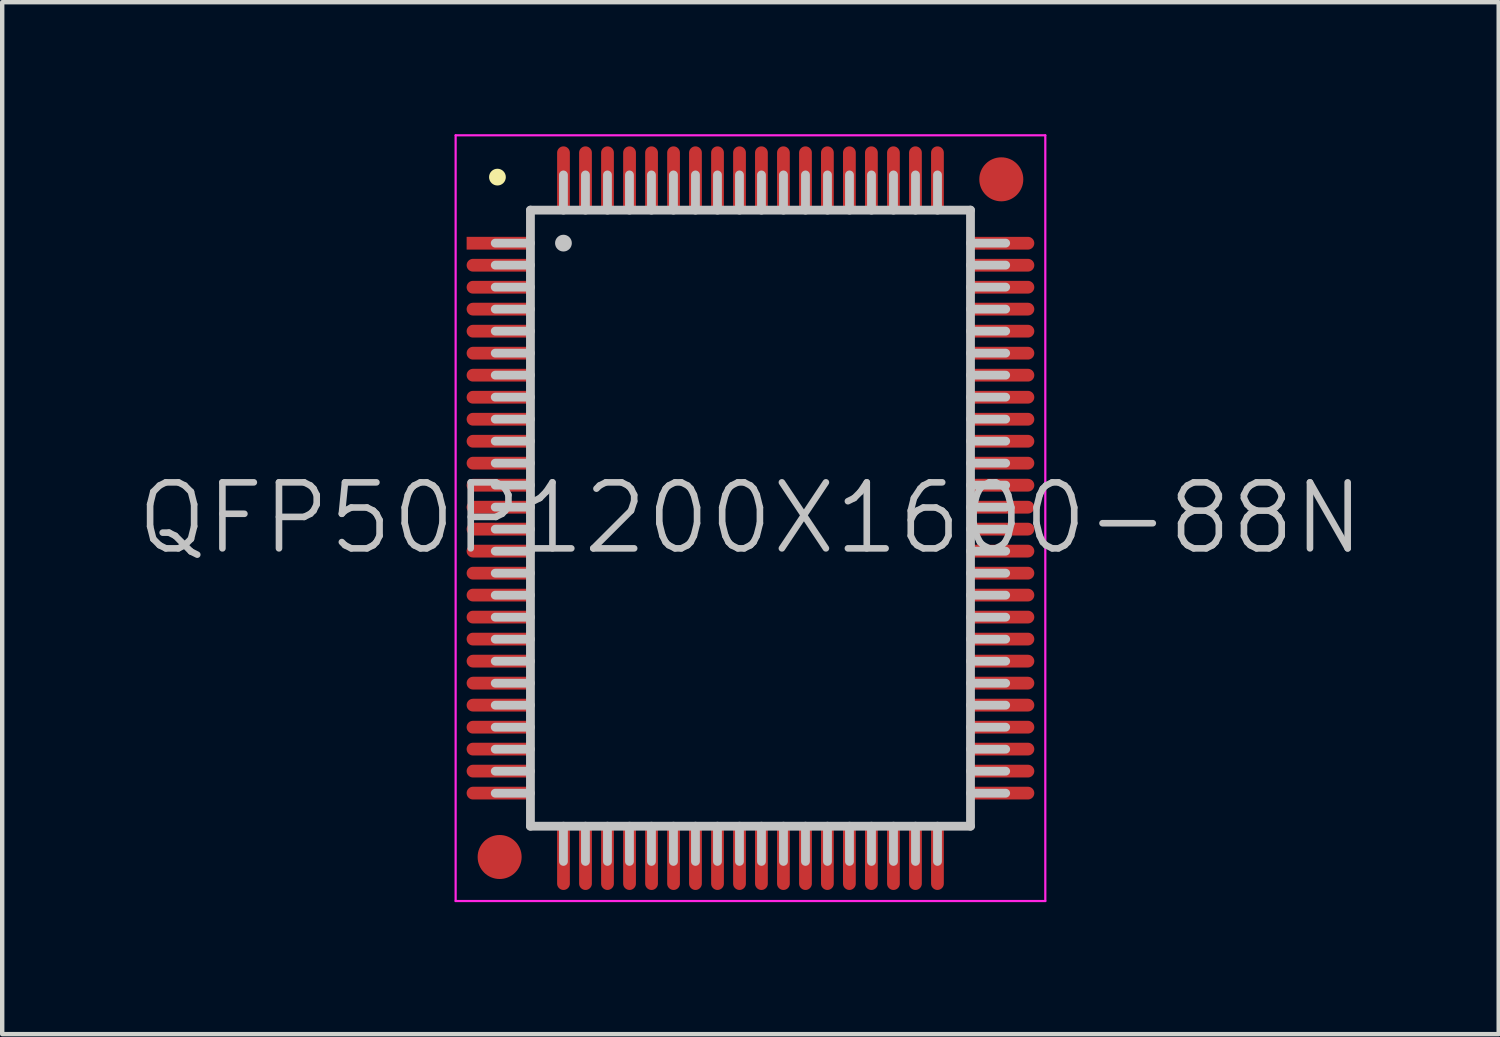
<source format=kicad_pcb>
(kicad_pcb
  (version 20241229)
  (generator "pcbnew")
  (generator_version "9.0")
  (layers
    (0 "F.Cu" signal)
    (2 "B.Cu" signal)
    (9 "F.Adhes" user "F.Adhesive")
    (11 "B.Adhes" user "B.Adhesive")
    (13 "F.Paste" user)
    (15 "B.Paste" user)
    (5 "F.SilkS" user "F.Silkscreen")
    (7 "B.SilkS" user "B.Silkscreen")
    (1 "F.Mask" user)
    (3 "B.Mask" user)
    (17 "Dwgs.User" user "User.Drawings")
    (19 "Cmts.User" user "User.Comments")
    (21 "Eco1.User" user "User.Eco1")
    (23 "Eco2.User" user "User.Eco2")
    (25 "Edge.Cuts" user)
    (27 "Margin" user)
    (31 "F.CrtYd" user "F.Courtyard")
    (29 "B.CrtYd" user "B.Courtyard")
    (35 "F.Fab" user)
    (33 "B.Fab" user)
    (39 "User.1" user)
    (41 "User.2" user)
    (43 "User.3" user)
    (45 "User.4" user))
  (footprint "QFP50P1200X1600-88N"
    (layer "F.Cu")
    (at 14.004 8.725)
    (property "Reference" "QFP50P1200X1600-88N" (at 0 0 0) (layer "Dwgs.User") (effects (font (size 1.5 1.5) (thickness 0.15))))
    (attr smd)
    (fp_line (start -5.75 -7.75) (end -5.75 -7.75) (stroke (width 0.381) (type solid)) (layer "F.SilkS"))
    (fp_line (start -5 -7) (end -5 7) (stroke (width 0.2) (type solid)) (layer "Dwgs.User"))
    (fp_line (start -5 -7) (end 5 -7) (stroke (width 0.2) (type solid)) (layer "Dwgs.User"))
    (fp_line (start -5 -6.25) (end -5.8 -6.25) (stroke (width 0.2) (type solid)) (layer "Dwgs.User"))
    (fp_line (start -5 -5.75) (end -5.8 -5.75) (stroke (width 0.2) (type solid)) (layer "Dwgs.User"))
    (fp_line (start -5 -5.25) (end -5.8 -5.25) (stroke (width 0.2) (type solid)) (layer "Dwgs.User"))
    (fp_line (start -5 -4.75) (end -5.8 -4.75) (stroke (width 0.2) (type solid)) (layer "Dwgs.User"))
    (fp_line (start -5 -4.25) (end -5.8 -4.25) (stroke (width 0.2) (type solid)) (layer "Dwgs.User"))
    (fp_line (start -5 -3.75) (end -5.8 -3.75) (stroke (width 0.2) (type solid)) (layer "Dwgs.User"))
    (fp_line (start -5 -3.25) (end -5.8 -3.25) (stroke (width 0.2) (type solid)) (layer "Dwgs.User"))
    (fp_line (start -5 -2.75) (end -5.8 -2.75) (stroke (width 0.2) (type solid)) (layer "Dwgs.User"))
    (fp_line (start -5 -2.25) (end -5.8 -2.25) (stroke (width 0.2) (type solid)) (layer "Dwgs.User"))
    (fp_line (start -5 -1.75) (end -5.8 -1.75) (stroke (width 0.2) (type solid)) (layer "Dwgs.User"))
    (fp_line (start -5 -1.25) (end -5.8 -1.25) (stroke (width 0.2) (type solid)) (layer "Dwgs.User"))
    (fp_line (start -5 -0.75) (end -5.8 -0.75) (stroke (width 0.2) (type solid)) (layer "Dwgs.User"))
    (fp_line (start -5 -0.25) (end -5.8 -0.25) (stroke (width 0.2) (type solid)) (layer "Dwgs.User"))
    (fp_line (start -5 0.25) (end -5.8 0.25) (stroke (width 0.2) (type solid)) (layer "Dwgs.User"))
    (fp_line (start -5 0.75) (end -5.8 0.75) (stroke (width 0.2) (type solid)) (layer "Dwgs.User"))
    (fp_line (start -5 1.25) (end -5.8 1.25) (stroke (width 0.2) (type solid)) (layer "Dwgs.User"))
    (fp_line (start -5 1.75) (end -5.8 1.75) (stroke (width 0.2) (type solid)) (layer "Dwgs.User"))
    (fp_line (start -5 2.25) (end -5.8 2.25) (stroke (width 0.2) (type solid)) (layer "Dwgs.User"))
    (fp_line (start -5 2.75) (end -5.8 2.75) (stroke (width 0.2) (type solid)) (layer "Dwgs.User"))
    (fp_line (start -5 3.25) (end -5.8 3.25) (stroke (width 0.2) (type solid)) (layer "Dwgs.User"))
    (fp_line (start -5 3.75) (end -5.8 3.75) (stroke (width 0.2) (type solid)) (layer "Dwgs.User"))
    (fp_line (start -5 4.25) (end -5.8 4.25) (stroke (width 0.2) (type solid)) (layer "Dwgs.User"))
    (fp_line (start -5 4.75) (end -5.8 4.75) (stroke (width 0.2) (type solid)) (layer "Dwgs.User"))
    (fp_line (start -5 5.25) (end -5.8 5.25) (stroke (width 0.2) (type solid)) (layer "Dwgs.User"))
    (fp_line (start -5 5.75) (end -5.8 5.75) (stroke (width 0.2) (type solid)) (layer "Dwgs.User"))
    (fp_line (start -5 6.25) (end -5.8 6.25) (stroke (width 0.2) (type solid)) (layer "Dwgs.User"))
    (fp_line (start -5 7) (end 5 7) (stroke (width 0.2) (type solid)) (layer "Dwgs.User"))
    (fp_line (start -4.25 -7) (end -4.25 -7.8) (stroke (width 0.2) (type solid)) (layer "Dwgs.User"))
    (fp_line (start -4.25 -6.25) (end -4.25 -6.25) (stroke (width 0.381) (type solid)) (layer "Dwgs.User"))
    (fp_line (start -4.25 7.8) (end -4.25 7) (stroke (width 0.2) (type solid)) (layer "Dwgs.User"))
    (fp_line (start -3.75 -7) (end -3.75 -7.8) (stroke (width 0.2) (type solid)) (layer "Dwgs.User"))
    (fp_line (start -3.75 7.8) (end -3.75 7) (stroke (width 0.2) (type solid)) (layer "Dwgs.User"))
    (fp_line (start -3.25 -7) (end -3.25 -7.8) (stroke (width 0.2) (type solid)) (layer "Dwgs.User"))
    (fp_line (start -3.25 7.8) (end -3.25 7) (stroke (width 0.2) (type solid)) (layer "Dwgs.User"))
    (fp_line (start -2.75 -7) (end -2.75 -7.8) (stroke (width 0.2) (type solid)) (layer "Dwgs.User"))
    (fp_line (start -2.75 7.8) (end -2.75 7) (stroke (width 0.2) (type solid)) (layer "Dwgs.User"))
    (fp_line (start -2.25 -7) (end -2.25 -7.8) (stroke (width 0.2) (type solid)) (layer "Dwgs.User"))
    (fp_line (start -2.25 7.8) (end -2.25 7) (stroke (width 0.2) (type solid)) (layer "Dwgs.User"))
    (fp_line (start -1.75 -7) (end -1.75 -7.8) (stroke (width 0.2) (type solid)) (layer "Dwgs.User"))
    (fp_line (start -1.75 7.8) (end -1.75 7) (stroke (width 0.2) (type solid)) (layer "Dwgs.User"))
    (fp_line (start -1.25 -7) (end -1.25 -7.8) (stroke (width 0.2) (type solid)) (layer "Dwgs.User"))
    (fp_line (start -1.25 7.8) (end -1.25 7) (stroke (width 0.2) (type solid)) (layer "Dwgs.User"))
    (fp_line (start -0.75 -7) (end -0.75 -7.8) (stroke (width 0.2) (type solid)) (layer "Dwgs.User"))
    (fp_line (start -0.75 7.8) (end -0.75 7) (stroke (width 0.2) (type solid)) (layer "Dwgs.User"))
    (fp_line (start -0.25 -7) (end -0.25 -7.8) (stroke (width 0.2) (type solid)) (layer "Dwgs.User"))
    (fp_line (start -0.25 7.8) (end -0.25 7) (stroke (width 0.2) (type solid)) (layer "Dwgs.User"))
    (fp_line (start 0.25 -7) (end 0.25 -7.8) (stroke (width 0.2) (type solid)) (layer "Dwgs.User"))
    (fp_line (start 0.25 7.8) (end 0.25 7) (stroke (width 0.2) (type solid)) (layer "Dwgs.User"))
    (fp_line (start 0.75 -7) (end 0.75 -7.8) (stroke (width 0.2) (type solid)) (layer "Dwgs.User"))
    (fp_line (start 0.75 7.8) (end 0.75 7) (stroke (width 0.2) (type solid)) (layer "Dwgs.User"))
    (fp_line (start 1.25 -7) (end 1.25 -7.8) (stroke (width 0.2) (type solid)) (layer "Dwgs.User"))
    (fp_line (start 1.25 7.8) (end 1.25 7) (stroke (width 0.2) (type solid)) (layer "Dwgs.User"))
    (fp_line (start 1.75 -7) (end 1.75 -7.8) (stroke (width 0.2) (type solid)) (layer "Dwgs.User"))
    (fp_line (start 1.75 7.8) (end 1.75 7) (stroke (width 0.2) (type solid)) (layer "Dwgs.User"))
    (fp_line (start 2.25 -7) (end 2.25 -7.8) (stroke (width 0.2) (type solid)) (layer "Dwgs.User"))
    (fp_line (start 2.25 7.8) (end 2.25 7) (stroke (width 0.2) (type solid)) (layer "Dwgs.User"))
    (fp_line (start 2.75 -7) (end 2.75 -7.8) (stroke (width 0.2) (type solid)) (layer "Dwgs.User"))
    (fp_line (start 2.75 7.8) (end 2.75 7) (stroke (width 0.2) (type solid)) (layer "Dwgs.User"))
    (fp_line (start 3.25 -7) (end 3.25 -7.8) (stroke (width 0.2) (type solid)) (layer "Dwgs.User"))
    (fp_line (start 3.25 7.8) (end 3.25 7) (stroke (width 0.2) (type solid)) (layer "Dwgs.User"))
    (fp_line (start 3.75 -7) (end 3.75 -7.8) (stroke (width 0.2) (type solid)) (layer "Dwgs.User"))
    (fp_line (start 3.75 7.8) (end 3.75 7) (stroke (width 0.2) (type solid)) (layer "Dwgs.User"))
    (fp_line (start 4.25 -7) (end 4.25 -7.8) (stroke (width 0.2) (type solid)) (layer "Dwgs.User"))
    (fp_line (start 4.25 7.8) (end 4.25 7) (stroke (width 0.2) (type solid)) (layer "Dwgs.User"))
    (fp_line (start 5 -7) (end 5 7) (stroke (width 0.2) (type solid)) (layer "Dwgs.User"))
    (fp_line (start 5.8 -6.25) (end 5 -6.25) (stroke (width 0.2) (type solid)) (layer "Dwgs.User"))
    (fp_line (start 5.8 -5.75) (end 5 -5.75) (stroke (width 0.2) (type solid)) (layer "Dwgs.User"))
    (fp_line (start 5.8 -5.25) (end 5 -5.25) (stroke (width 0.2) (type solid)) (layer "Dwgs.User"))
    (fp_line (start 5.8 -4.75) (end 5 -4.75) (stroke (width 0.2) (type solid)) (layer "Dwgs.User"))
    (fp_line (start 5.8 -4.25) (end 5 -4.25) (stroke (width 0.2) (type solid)) (layer "Dwgs.User"))
    (fp_line (start 5.8 -3.75) (end 5 -3.75) (stroke (width 0.2) (type solid)) (layer "Dwgs.User"))
    (fp_line (start 5.8 -3.25) (end 5 -3.25) (stroke (width 0.2) (type solid)) (layer "Dwgs.User"))
    (fp_line (start 5.8 -2.75) (end 5 -2.75) (stroke (width 0.2) (type solid)) (layer "Dwgs.User"))
    (fp_line (start 5.8 -2.25) (end 5 -2.25) (stroke (width 0.2) (type solid)) (layer "Dwgs.User"))
    (fp_line (start 5.8 -1.75) (end 5 -1.75) (stroke (width 0.2) (type solid)) (layer "Dwgs.User"))
    (fp_line (start 5.8 -1.25) (end 5 -1.25) (stroke (width 0.2) (type solid)) (layer "Dwgs.User"))
    (fp_line (start 5.8 -0.75) (end 5 -0.75) (stroke (width 0.2) (type solid)) (layer "Dwgs.User"))
    (fp_line (start 5.8 -0.25) (end 5 -0.25) (stroke (width 0.2) (type solid)) (layer "Dwgs.User"))
    (fp_line (start 5.8 0.25) (end 5 0.25) (stroke (width 0.2) (type solid)) (layer "Dwgs.User"))
    (fp_line (start 5.8 0.75) (end 5 0.75) (stroke (width 0.2) (type solid)) (layer "Dwgs.User"))
    (fp_line (start 5.8 1.25) (end 5 1.25) (stroke (width 0.2) (type solid)) (layer "Dwgs.User"))
    (fp_line (start 5.8 1.75) (end 5 1.75) (stroke (width 0.2) (type solid)) (layer "Dwgs.User"))
    (fp_line (start 5.8 2.25) (end 5 2.25) (stroke (width 0.2) (type solid)) (layer "Dwgs.User"))
    (fp_line (start 5.8 2.75) (end 5 2.75) (stroke (width 0.2) (type solid)) (layer "Dwgs.User"))
    (fp_line (start 5.8 3.25) (end 5 3.25) (stroke (width 0.2) (type solid)) (layer "Dwgs.User"))
    (fp_line (start 5.8 3.75) (end 5 3.75) (stroke (width 0.2) (type solid)) (layer "Dwgs.User"))
    (fp_line (start 5.8 4.25) (end 5 4.25) (stroke (width 0.2) (type solid)) (layer "Dwgs.User"))
    (fp_line (start 5.8 4.75) (end 5 4.75) (stroke (width 0.2) (type solid)) (layer "Dwgs.User"))
    (fp_line (start 5.8 5.25) (end 5 5.25) (stroke (width 0.2) (type solid)) (layer "Dwgs.User"))
    (fp_line (start 5.8 5.75) (end 5 5.75) (stroke (width 0.2) (type solid)) (layer "Dwgs.User"))
    (fp_line (start 5.8 6.25) (end 5 6.25) (stroke (width 0.2) (type solid)) (layer "Dwgs.User"))
    (fp_line (start -6.7 -8.7) (end -6.7 8.7) (stroke (width 0.05) (type solid)) (layer "F.CrtYd"))
    (fp_line (start -6.7 -8.7) (end 6.7 -8.7) (stroke (width 0.05) (type solid)) (layer "F.CrtYd"))
    (fp_line (start -6.7 8.7) (end 6.7 8.7) (stroke (width 0.05) (type solid)) (layer "F.CrtYd"))
    (fp_line (start 6.7 -8.7) (end 6.7 8.7) (stroke (width 0.05) (type solid)) (layer "F.CrtYd"))
    (pad "" smd circle (at -5.7 7.7) (size 1 1) (layers "F.Cu" "F.Mask"))
    (pad "" smd circle (at 5.7 -7.7) (size 1 1) (layers "F.Cu" "F.Mask"))
    (pad "1" smd rect (at -5.7 -6.248 90) (size 0.29 1.5) (layers "F.Cu" "F.Mask" "F.Paste"))
    (pad "2" smd oval (at -5.7 -5.748 90) (size 0.29 1.5) (layers "F.Cu" "F.Mask" "F.Paste"))
    (pad "3" smd oval (at -5.7 -5.248 90) (size 0.29 1.5) (layers "F.Cu" "F.Mask" "F.Paste"))
    (pad "4" smd oval (at -5.7 -4.75 90) (size 0.29 1.5) (layers "F.Cu" "F.Mask" "F.Paste"))
    (pad "5" smd oval (at -5.7 -4.249 90) (size 0.29 1.5) (layers "F.Cu" "F.Mask" "F.Paste"))
    (pad "6" smd oval (at -5.7 -3.749 90) (size 0.29 1.5) (layers "F.Cu" "F.Mask" "F.Paste"))
    (pad "7" smd oval (at -5.7 -3.249 90) (size 0.29 1.5) (layers "F.Cu" "F.Mask" "F.Paste"))
    (pad "8" smd oval (at -5.7 -2.748 90) (size 0.29 1.5) (layers "F.Cu" "F.Mask" "F.Paste"))
    (pad "9" smd oval (at -5.7 -2.248 90) (size 0.29 1.5) (layers "F.Cu" "F.Mask" "F.Paste"))
    (pad "10" smd oval (at -5.7 -1.748 90) (size 0.29 1.5) (layers "F.Cu" "F.Mask" "F.Paste"))
    (pad "11" smd oval (at -5.7 -1.25 90) (size 0.29 1.5) (layers "F.Cu" "F.Mask" "F.Paste"))
    (pad "12" smd oval (at -5.7 -0.749 90) (size 0.29 1.5) (layers "F.Cu" "F.Mask" "F.Paste"))
    (pad "13" smd oval (at -5.7 -0.249 90) (size 0.29 1.5) (layers "F.Cu" "F.Mask" "F.Paste"))
    (pad "14" smd oval (at -5.7 0.249 90) (size 0.29 1.5) (layers "F.Cu" "F.Mask" "F.Paste"))
    (pad "15" smd oval (at -5.7 0.749 90) (size 0.29 1.5) (layers "F.Cu" "F.Mask" "F.Paste"))
    (pad "16" smd oval (at -5.7 1.25 90) (size 0.29 1.5) (layers "F.Cu" "F.Mask" "F.Paste"))
    (pad "17" smd oval (at -5.7 1.748 90) (size 0.29 1.5) (layers "F.Cu" "F.Mask" "F.Paste"))
    (pad "18" smd oval (at -5.7 2.248 90) (size 0.29 1.5) (layers "F.Cu" "F.Mask" "F.Paste"))
    (pad "19" smd oval (at -5.7 2.748 90) (size 0.29 1.5) (layers "F.Cu" "F.Mask" "F.Paste"))
    (pad "20" smd oval (at -5.7 3.249 90) (size 0.29 1.5) (layers "F.Cu" "F.Mask" "F.Paste"))
    (pad "21" smd oval (at -5.7 3.749 90) (size 0.29 1.5) (layers "F.Cu" "F.Mask" "F.Paste"))
    (pad "22" smd oval (at -5.7 4.249 90) (size 0.29 1.5) (layers "F.Cu" "F.Mask" "F.Paste"))
    (pad "23" smd oval (at -5.7 4.75 90) (size 0.29 1.5) (layers "F.Cu" "F.Mask" "F.Paste"))
    (pad "24" smd oval (at -5.7 5.248 90) (size 0.29 1.5) (layers "F.Cu" "F.Mask" "F.Paste"))
    (pad "25" smd oval (at -5.7 5.748 90) (size 0.29 1.5) (layers "F.Cu" "F.Mask" "F.Paste"))
    (pad "26" smd oval (at -5.7 6.248 90) (size 0.29 1.5) (layers "F.Cu" "F.Mask" "F.Paste"))
    (pad "27" smd oval (at -4.249 7.699 180) (size 0.29 1.5) (layers "F.Cu" "F.Mask" "F.Paste"))
    (pad "28" smd oval (at -3.749 7.699 180) (size 0.29 1.5) (layers "F.Cu" "F.Mask" "F.Paste"))
    (pad "29" smd oval (at -3.249 7.699 180) (size 0.29 1.5) (layers "F.Cu" "F.Mask" "F.Paste"))
    (pad "30" smd oval (at -2.748 7.699 180) (size 0.29 1.5) (layers "F.Cu" "F.Mask" "F.Paste"))
    (pad "31" smd oval (at -2.248 7.699 180) (size 0.29 1.5) (layers "F.Cu" "F.Mask" "F.Paste"))
    (pad "32" smd oval (at -1.748 7.699 180) (size 0.29 1.5) (layers "F.Cu" "F.Mask" "F.Paste"))
    (pad "33" smd oval (at -1.25 7.699 180) (size 0.29 1.5) (layers "F.Cu" "F.Mask" "F.Paste"))
    (pad "34" smd oval (at -0.749 7.699 180) (size 0.29 1.5) (layers "F.Cu" "F.Mask" "F.Paste"))
    (pad "35" smd oval (at -0.249 7.699 180) (size 0.29 1.5) (layers "F.Cu" "F.Mask" "F.Paste"))
    (pad "36" smd oval (at 0.249 7.699 180) (size 0.29 1.5) (layers "F.Cu" "F.Mask" "F.Paste"))
    (pad "37" smd oval (at 0.749 7.699 180) (size 0.29 1.5) (layers "F.Cu" "F.Mask" "F.Paste"))
    (pad "38" smd oval (at 1.25 7.699 180) (size 0.29 1.5) (layers "F.Cu" "F.Mask" "F.Paste"))
    (pad "39" smd oval (at 1.748 7.699 180) (size 0.29 1.5) (layers "F.Cu" "F.Mask" "F.Paste"))
    (pad "40" smd oval (at 2.248 7.699 180) (size 0.29 1.5) (layers "F.Cu" "F.Mask" "F.Paste"))
    (pad "41" smd oval (at 2.748 7.699 180) (size 0.29 1.5) (layers "F.Cu" "F.Mask" "F.Paste"))
    (pad "42" smd oval (at 3.249 7.699 180) (size 0.29 1.5) (layers "F.Cu" "F.Mask" "F.Paste"))
    (pad "43" smd oval (at 3.749 7.699 180) (size 0.29 1.5) (layers "F.Cu" "F.Mask" "F.Paste"))
    (pad "44" smd oval (at 4.249 7.699 180) (size 0.29 1.5) (layers "F.Cu" "F.Mask" "F.Paste"))
    (pad "45" smd oval (at 5.7 6.248 270) (size 0.29 1.5) (layers "F.Cu" "F.Mask" "F.Paste"))
    (pad "46" smd oval (at 5.7 5.748 270) (size 0.29 1.5) (layers "F.Cu" "F.Mask" "F.Paste"))
    (pad "47" smd oval (at 5.7 5.248 270) (size 0.29 1.5) (layers "F.Cu" "F.Mask" "F.Paste"))
    (pad "48" smd oval (at 5.7 4.75 270) (size 0.29 1.5) (layers "F.Cu" "F.Mask" "F.Paste"))
    (pad "49" smd oval (at 5.7 4.249 270) (size 0.29 1.5) (layers "F.Cu" "F.Mask" "F.Paste"))
    (pad "50" smd oval (at 5.7 3.749 270) (size 0.29 1.5) (layers "F.Cu" "F.Mask" "F.Paste"))
    (pad "51" smd oval (at 5.7 3.249 270) (size 0.29 1.5) (layers "F.Cu" "F.Mask" "F.Paste"))
    (pad "52" smd oval (at 5.7 2.748 270) (size 0.29 1.5) (layers "F.Cu" "F.Mask" "F.Paste"))
    (pad "53" smd oval (at 5.7 2.248 270) (size 0.29 1.5) (layers "F.Cu" "F.Mask" "F.Paste"))
    (pad "54" smd oval (at 5.7 1.748 270) (size 0.29 1.5) (layers "F.Cu" "F.Mask" "F.Paste"))
    (pad "55" smd oval (at 5.7 1.25 270) (size 0.29 1.5) (layers "F.Cu" "F.Mask" "F.Paste"))
    (pad "56" smd oval (at 5.7 0.749 270) (size 0.29 1.5) (layers "F.Cu" "F.Mask" "F.Paste"))
    (pad "57" smd oval (at 5.7 0.249 270) (size 0.29 1.5) (layers "F.Cu" "F.Mask" "F.Paste"))
    (pad "58" smd oval (at 5.7 -0.249 270) (size 0.29 1.5) (layers "F.Cu" "F.Mask" "F.Paste"))
    (pad "59" smd oval (at 5.7 -0.749 270) (size 0.29 1.5) (layers "F.Cu" "F.Mask" "F.Paste"))
    (pad "60" smd oval (at 5.7 -1.25 270) (size 0.29 1.5) (layers "F.Cu" "F.Mask" "F.Paste"))
    (pad "61" smd oval (at 5.7 -1.748 270) (size 0.29 1.5) (layers "F.Cu" "F.Mask" "F.Paste"))
    (pad "62" smd oval (at 5.7 -2.248 270) (size 0.29 1.5) (layers "F.Cu" "F.Mask" "F.Paste"))
    (pad "63" smd oval (at 5.7 -2.748 270) (size 0.29 1.5) (layers "F.Cu" "F.Mask" "F.Paste"))
    (pad "64" smd oval (at 5.7 -3.249 270) (size 0.29 1.5) (layers "F.Cu" "F.Mask" "F.Paste"))
    (pad "65" smd oval (at 5.7 -3.749 270) (size 0.29 1.5) (layers "F.Cu" "F.Mask" "F.Paste"))
    (pad "66" smd oval (at 5.7 -4.249 270) (size 0.29 1.5) (layers "F.Cu" "F.Mask" "F.Paste"))
    (pad "67" smd oval (at 5.7 -4.75 270) (size 0.29 1.5) (layers "F.Cu" "F.Mask" "F.Paste"))
    (pad "68" smd oval (at 5.7 -5.248 270) (size 0.29 1.5) (layers "F.Cu" "F.Mask" "F.Paste"))
    (pad "69" smd oval (at 5.7 -5.748 270) (size 0.29 1.5) (layers "F.Cu" "F.Mask" "F.Paste"))
    (pad "70" smd oval (at 5.7 -6.248 270) (size 0.29 1.5) (layers "F.Cu" "F.Mask" "F.Paste"))
    (pad "71" smd oval (at 4.249 -7.699) (size 0.29 1.5) (layers "F.Cu" "F.Mask" "F.Paste"))
    (pad "72" smd oval (at 3.749 -7.699) (size 0.29 1.5) (layers "F.Cu" "F.Mask" "F.Paste"))
    (pad "73" smd oval (at 3.249 -7.699) (size 0.29 1.5) (layers "F.Cu" "F.Mask" "F.Paste"))
    (pad "74" smd oval (at 2.748 -7.699) (size 0.29 1.5) (layers "F.Cu" "F.Mask" "F.Paste"))
    (pad "75" smd oval (at 2.248 -7.699) (size 0.29 1.5) (layers "F.Cu" "F.Mask" "F.Paste"))
    (pad "76" smd oval (at 1.748 -7.699) (size 0.29 1.5) (layers "F.Cu" "F.Mask" "F.Paste"))
    (pad "77" smd oval (at 1.25 -7.699) (size 0.29 1.5) (layers "F.Cu" "F.Mask" "F.Paste"))
    (pad "78" smd oval (at 0.749 -7.699) (size 0.29 1.5) (layers "F.Cu" "F.Mask" "F.Paste"))
    (pad "79" smd oval (at 0.249 -7.699) (size 0.29 1.5) (layers "F.Cu" "F.Mask" "F.Paste"))
    (pad "80" smd oval (at -0.249 -7.699) (size 0.29 1.5) (layers "F.Cu" "F.Mask" "F.Paste"))
    (pad "81" smd oval (at -0.749 -7.699) (size 0.29 1.5) (layers "F.Cu" "F.Mask" "F.Paste"))
    (pad "82" smd oval (at -1.25 -7.699) (size 0.29 1.5) (layers "F.Cu" "F.Mask" "F.Paste"))
    (pad "83" smd oval (at -1.748 -7.699) (size 0.29 1.5) (layers "F.Cu" "F.Mask" "F.Paste"))
    (pad "84" smd oval (at -2.248 -7.699) (size 0.29 1.5) (layers "F.Cu" "F.Mask" "F.Paste"))
    (pad "85" smd oval (at -2.748 -7.699) (size 0.29 1.5) (layers "F.Cu" "F.Mask" "F.Paste"))
    (pad "86" smd oval (at -3.249 -7.699) (size 0.29 1.5) (layers "F.Cu" "F.Mask" "F.Paste"))
    (pad "87" smd oval (at -3.749 -7.699) (size 0.29 1.5) (layers "F.Cu" "F.Mask" "F.Paste"))
    (pad "88" smd oval (at -4.249 -7.699) (size 0.29 1.5) (layers "F.Cu" "F.Mask" "F.Paste")))
  (gr_rect
    (start -3 -3)
    (end 31.007 20.45)
    (stroke (width 0.1) (type default))
    (fill no)
    (layer "Edge.Cuts")))
</source>
